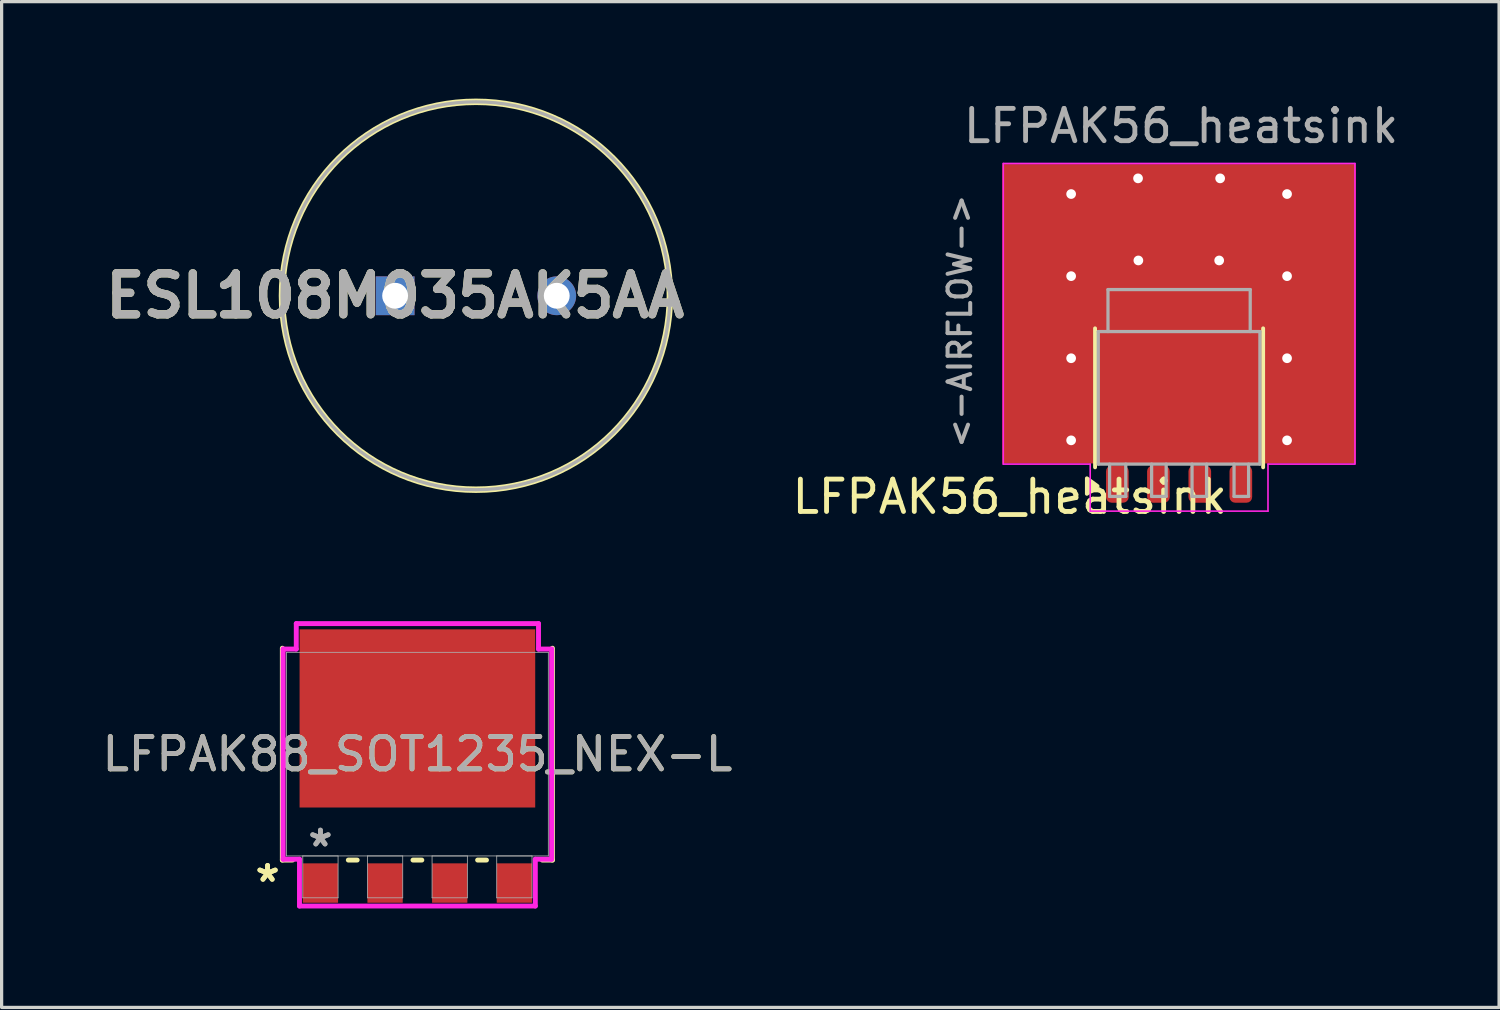
<source format=kicad_pcb>
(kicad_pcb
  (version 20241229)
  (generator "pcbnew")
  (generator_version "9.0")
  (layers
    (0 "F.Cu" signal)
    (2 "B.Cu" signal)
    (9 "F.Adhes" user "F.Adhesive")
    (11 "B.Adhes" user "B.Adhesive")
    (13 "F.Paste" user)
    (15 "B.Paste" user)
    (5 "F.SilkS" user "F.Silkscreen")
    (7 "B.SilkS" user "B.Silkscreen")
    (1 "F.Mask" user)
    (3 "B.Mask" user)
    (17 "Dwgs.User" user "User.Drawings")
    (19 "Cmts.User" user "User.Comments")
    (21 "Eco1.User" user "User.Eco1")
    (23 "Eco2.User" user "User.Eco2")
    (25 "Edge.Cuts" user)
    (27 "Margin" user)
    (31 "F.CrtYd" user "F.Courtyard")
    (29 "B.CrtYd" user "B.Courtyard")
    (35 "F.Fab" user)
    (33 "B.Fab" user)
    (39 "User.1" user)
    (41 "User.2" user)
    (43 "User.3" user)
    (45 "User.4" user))
  (footprint "LFPAK56_heatsink"
    (layer "F.Cu")
    (at 33.428 9.208)
    (property "Reference" "LFPAK56_heatsink" (at -5.24 3.11 180) (layer "F.SilkS") (effects (font (size 1 1) (thickness 0.15))))
    (attr smd)
    (fp_rect (start -5.34 -7.1) (end -3.94 2) (stroke (width 0.1) (type solid)) (fill yes) (layer "F.Mask"))
    (fp_rect (start 3.94 -7.1) (end 5.34 2) (stroke (width 0.1) (type solid)) (fill yes) (layer "F.Mask"))
    (fp_line (start -2.6 -2.1) (end -2.6 2.2) (stroke (width 0.12) (type solid)) (layer "F.SilkS"))
    (fp_line (start 2.6 2.2) (end 2.6 -2.1) (stroke (width 0.12) (type solid)) (layer "F.SilkS"))
    (fp_poly (pts (xy -2.523 2.78) (xy -2.853 2.54) (xy -2.853 3.02) (xy -2.523 2.78)) (stroke (width 0.12) (type solid)) (fill yes) (layer "F.SilkS"))
    (fp_rect (start -5.34 -7.1) (end -3.94 2) (stroke (width 0.1) (type solid)) (fill yes) (layer "F.Paste"))
    (fp_rect (start 3.94 -7.1) (end 5.34 2) (stroke (width 0.1) (type solid)) (fill yes) (layer "F.Paste"))
    (fp_line (start -5.44 -7.2) (end -5.44 2.1) (stroke (width 0.05) (type default)) (layer "F.CrtYd"))
    (fp_line (start -5.44 2.1) (end -2.75 2.1) (stroke (width 0.05) (type default)) (layer "F.CrtYd"))
    (fp_line (start -2.75 2.1) (end -2.75 3.555) (stroke (width 0.05) (type solid)) (layer "F.CrtYd"))
    (fp_line (start 2.75 2.1) (end 5.44 2.1) (stroke (width 0.05) (type default)) (layer "F.CrtYd"))
    (fp_line (start 2.75 3.555) (end -2.75 3.555) (stroke (width 0.05) (type solid)) (layer "F.CrtYd"))
    (fp_line (start 2.75 3.555) (end 2.75 2.1) (stroke (width 0.05) (type solid)) (layer "F.CrtYd"))
    (fp_line (start 5.44 -7.2) (end -5.44 -7.2) (stroke (width 0.05) (type default)) (layer "F.CrtYd"))
    (fp_line (start 5.44 2.09) (end 5.44 -7.2) (stroke (width 0.05) (type default)) (layer "F.CrtYd"))
    (fp_line (start -2.5 -2) (end -2.5 2.1) (stroke (width 0.1) (type solid)) (layer "F.Fab"))
    (fp_line (start -2.5 2.1) (end 2.5 2.1) (stroke (width 0.1) (type solid)) (layer "F.Fab"))
    (fp_line (start -2.2 -3.3) (end -2.2 -2) (stroke (width 0.1) (type solid)) (layer "F.Fab"))
    (fp_line (start -2.2 -3.3) (end 2.2 -3.3) (stroke (width 0.1) (type solid)) (layer "F.Fab"))
    (fp_line (start -2.15 3.1) (end -2.15 2.1) (stroke (width 0.1) (type solid)) (layer "F.Fab"))
    (fp_line (start -2.15 3.1) (end -1.65 3.1) (stroke (width 0.1) (type solid)) (layer "F.Fab"))
    (fp_line (start -1.65 3.1) (end -1.65 2.1) (stroke (width 0.1) (type solid)) (layer "F.Fab"))
    (fp_line (start -0.85 2.1) (end -0.85 3.1) (stroke (width 0.1) (type solid)) (layer "F.Fab"))
    (fp_line (start -0.85 3.1) (end -0.4 3.1) (stroke (width 0.1) (type solid)) (layer "F.Fab"))
    (fp_line (start -0.4 3.1) (end -0.4 2.1) (stroke (width 0.1) (type solid)) (layer "F.Fab"))
    (fp_line (start 0.4 2.1) (end 0.4 3.1) (stroke (width 0.1) (type solid)) (layer "F.Fab"))
    (fp_line (start 0.4 3.1) (end 0.85 3.1) (stroke (width 0.1) (type solid)) (layer "F.Fab"))
    (fp_line (start 0.85 3.1) (end 0.85 2.1) (stroke (width 0.1) (type solid)) (layer "F.Fab"))
    (fp_line (start 1.7 2.1) (end 1.7 3.1) (stroke (width 0.1) (type solid)) (layer "F.Fab"))
    (fp_line (start 1.7 3.1) (end 2.15 3.1) (stroke (width 0.1) (type solid)) (layer "F.Fab"))
    (fp_line (start 2.15 3.1) (end 2.15 2.1) (stroke (width 0.1) (type solid)) (layer "F.Fab"))
    (fp_line (start 2.2 -3.3) (end 2.2 -2) (stroke (width 0.1) (type solid)) (layer "F.Fab"))
    (fp_line (start 2.5 -2) (end -2.5 -2) (stroke (width 0.1) (type solid)) (layer "F.Fab"))
    (fp_line (start 2.5 2.1) (end 2.5 -2) (stroke (width 0.1) (type solid)) (layer "F.Fab"))
    (fp_text user "${REFERENCE}" (at 0.06 -8.36 180) (layer "F.Fab") (effects (font (size 1 1) (thickness 0.15))))
    (fp_text user "<-AIRFLOW->" (at -6.78 -2.32 90) (unlocked yes) (layer "F.Fab") (effects (font (size 0.7 0.7) (thickness 0.125))))
    (pad "" smd roundrect (at -1.88 -3) (size 0.6 0.9) (layers "F.Paste") (roundrect_rratio 0.25))
    (pad "" smd roundrect (at -1.15 -1.15 90) (size 0.6 0.9) (layers "F.Paste") (roundrect_rratio 0.25))
    (pad "" smd roundrect (at -1.15 -0.3 90) (size 0.6 0.9) (layers "F.Paste") (roundrect_rratio 0.25))
    (pad "" smd roundrect (at -1.15 0.55 90) (size 0.6 0.9) (layers "F.Paste") (roundrect_rratio 0.25))
    (pad "" smd roundrect (at -0.6 -3) (size 0.6 0.9) (layers "F.Paste") (roundrect_rratio 0.25))
    (pad "" smd roundrect (at 0 -1.15 90) (size 0.6 0.9) (layers "F.Paste") (roundrect_rratio 0.25))
    (pad "" smd roundrect (at 0 -0.3 90) (size 0.6 0.9) (layers "F.Paste") (roundrect_rratio 0.25))
    (pad "" smd roundrect (at 0 0.55 90) (size 0.6 0.9) (layers "F.Paste") (roundrect_rratio 0.25))
    (pad "" smd roundrect (at 0.6 -3) (size 0.6 0.9) (layers "F.Paste") (roundrect_rratio 0.25))
    (pad "" smd roundrect (at 1.15 -1.15 90) (size 0.6 0.9) (layers "F.Paste") (roundrect_rratio 0.25))
    (pad "" smd roundrect (at 1.15 -0.3 90) (size 0.6 0.9) (layers "F.Paste") (roundrect_rratio 0.25))
    (pad "" smd roundrect (at 1.15 0.55 90) (size 0.6 0.9) (layers "F.Paste") (roundrect_rratio 0.25))
    (pad "" smd roundrect (at 1.88 -3) (size 0.6 0.9) (layers "F.Paste") (roundrect_rratio 0.25))
    (pad "1" smd roundrect (at -1.91 2.72) (size 0.7 1.15) (layers "F.Cu" "F.Mask" "F.Paste") (roundrect_rratio 0.25))
    (pad "2" smd roundrect (at -0.64 2.72) (size 0.7 1.15) (layers "F.Cu" "F.Mask" "F.Paste") (roundrect_rratio 0.25))
    (pad "3" smd roundrect (at 0.64 2.72) (size 0.7 1.15) (layers "F.Cu" "F.Mask" "F.Paste") (roundrect_rratio 0.25))
    (pad "4" smd roundrect (at 1.91 2.72) (size 0.7 1.15) (layers "F.Cu" "F.Mask" "F.Paste") (roundrect_rratio 0.25))
    (pad "5" thru_hole circle (at -3.34 -6.255 90) (size 0.45 0.45) (drill 0.3) (property pad_prop_heatsink) (layers "*.Cu" "*.Mask") (remove_unused_layers yes) (zone_layer_connections))
    (pad "5" thru_hole circle (at -3.34 -3.715 90) (size 0.45 0.45) (drill 0.3) (property pad_prop_heatsink) (layers "*.Cu" "*.Mask") (remove_unused_layers yes) (zone_layer_connections))
    (pad "5" thru_hole circle (at -3.34 -1.175 90) (size 0.45 0.45) (drill 0.3) (property pad_prop_heatsink) (layers "*.Cu" "*.Mask") (remove_unused_layers yes) (zone_layer_connections))
    (pad "5" thru_hole circle (at -3.34 1.365 90) (size 0.45 0.45) (drill 0.3) (property pad_prop_heatsink) (layers "*.Cu" "*.Mask") (remove_unused_layers yes) (zone_layer_connections))
    (pad "5" thru_hole circle (at -1.27 -6.74 90) (size 0.45 0.45) (drill 0.3) (property pad_prop_heatsink) (layers "*.Cu" "*.Mask") (remove_unused_layers yes) (zone_layer_connections))
    (pad "5" thru_hole circle (at -1.26 -4.2 90) (size 0.45 0.45) (drill 0.3) (property pad_prop_heatsink) (layers "*.Cu" "*.Mask") (remove_unused_layers yes) (zone_layer_connections))
    (pad "5" smd rect (at 0 -2.55 90) (size 9.26 10.94) (layers "F.Cu"))
    (pad "5" smd custom (at 0 -0.55 90) (size 3.3 4.2) (layers "F.Cu" "F.Mask") (options (anchor rect)) (primitives (gr_poly (pts (xy 2.975 2.35) (xy 1.425 2.35) (xy 1.425 -2.35) (xy 2.975 -2.35)) (width 0) (fill yes))))
    (pad "5" thru_hole circle (at 1.24 -4.2 90) (size 0.45 0.45) (drill 0.3) (property pad_prop_heatsink) (layers "*.Cu" "*.Mask") (remove_unused_layers yes) (zone_layer_connections))
    (pad "5" thru_hole circle (at 1.27 -6.74 90) (size 0.45 0.45) (drill 0.3) (property pad_prop_heatsink) (layers "*.Cu" "*.Mask") (remove_unused_layers yes) (zone_layer_connections))
    (pad "5" thru_hole circle (at 3.34 -6.255 90) (size 0.45 0.45) (drill 0.3) (property pad_prop_heatsink) (layers "*.Cu" "*.Mask") (remove_unused_layers yes) (zone_layer_connections))
    (pad "5" thru_hole circle (at 3.34 -3.715 90) (size 0.45 0.45) (drill 0.3) (property pad_prop_heatsink) (layers "*.Cu" "*.Mask") (remove_unused_layers yes) (zone_layer_connections))
    (pad "5" thru_hole circle (at 3.34 -1.175 90) (size 0.45 0.45) (drill 0.3) (property pad_prop_heatsink) (layers "*.Cu" "*.Mask") (remove_unused_layers yes) (zone_layer_connections))
    (pad "5" thru_hole circle (at 3.34 1.365 90) (size 0.45 0.45) (drill 0.3) (property pad_prop_heatsink) (layers "*.Cu" "*.Mask") (remove_unused_layers yes) (zone_layer_connections)))
  (footprint "LFPAK88_SOT1235_NEX-L"
    (layer "F.Cu")
    (at 9.863 20.281)
    (property "Reference" "LFPAK88_SOT1235_NEX-L" (at 0 0 0) (unlocked yes) (layer "F.SilkS") (effects (font (size 1 1) (thickness 0.15))))
    (attr smd)
    (fp_line (start -4.178 -3.277) (end -4.178 3.277) (stroke (width 0.152) (type solid)) (layer "F.SilkS"))
    (fp_line (start -4.178 3.277) (end -3.863 3.277) (stroke (width 0.152) (type solid)) (layer "F.SilkS"))
    (fp_line (start -2.137 3.277) (end -1.863 3.277) (stroke (width 0.152) (type solid)) (layer "F.SilkS"))
    (fp_line (start -0.137 3.277) (end 0.137 3.277) (stroke (width 0.152) (type solid)) (layer "F.SilkS"))
    (fp_line (start 1.863 3.277) (end 2.137 3.277) (stroke (width 0.152) (type solid)) (layer "F.SilkS"))
    (fp_line (start 3.863 3.277) (end 4.178 3.277) (stroke (width 0.152) (type solid)) (layer "F.SilkS"))
    (fp_line (start 4.178 3.277) (end 4.178 -3.277) (stroke (width 0.152) (type solid)) (layer "F.SilkS"))
    (fp_line (start -4.153 -3.251) (end -3.747 -3.251) (stroke (width 0.152) (type solid)) (layer "F.CrtYd"))
    (fp_line (start -4.153 3.251) (end -4.153 -3.251) (stroke (width 0.152) (type solid)) (layer "F.CrtYd"))
    (fp_line (start -3.747 -4.039) (end 3.747 -4.039) (stroke (width 0.152) (type solid)) (layer "F.CrtYd"))
    (fp_line (start -3.747 -3.251) (end -3.747 -4.039) (stroke (width 0.152) (type solid)) (layer "F.CrtYd"))
    (fp_line (start -3.648 3.251) (end -4.153 3.251) (stroke (width 0.152) (type solid)) (layer "F.CrtYd"))
    (fp_line (start -3.648 4.699) (end -3.648 3.251) (stroke (width 0.152) (type solid)) (layer "F.CrtYd"))
    (fp_line (start 3.648 3.251) (end 3.648 4.699) (stroke (width 0.152) (type solid)) (layer "F.CrtYd"))
    (fp_line (start 3.648 4.699) (end -3.648 4.699) (stroke (width 0.152) (type solid)) (layer "F.CrtYd"))
    (fp_line (start 3.747 -4.039) (end 3.747 -3.251) (stroke (width 0.152) (type solid)) (layer "F.CrtYd"))
    (fp_line (start 3.747 -3.251) (end 4.153 -3.251) (stroke (width 0.152) (type solid)) (layer "F.CrtYd"))
    (fp_line (start 4.153 -3.251) (end 4.153 3.251) (stroke (width 0.152) (type solid)) (layer "F.CrtYd"))
    (fp_line (start 4.153 3.251) (end 3.648 3.251) (stroke (width 0.152) (type solid)) (layer "F.CrtYd"))
    (fp_line (start -4.051 -3.15) (end -4.051 3.15) (stroke (width 0.025) (type solid)) (layer "F.Fab"))
    (fp_line (start -4.051 3.15) (end 4.051 3.15) (stroke (width 0.025) (type solid)) (layer "F.Fab"))
    (fp_line (start -3.546 3.15) (end -3.546 4.445) (stroke (width 0.025) (type solid)) (layer "F.Fab"))
    (fp_line (start -3.546 4.445) (end -2.454 4.445) (stroke (width 0.025) (type solid)) (layer "F.Fab"))
    (fp_line (start -2.454 3.15) (end -3.546 3.15) (stroke (width 0.025) (type solid)) (layer "F.Fab"))
    (fp_line (start -2.454 4.445) (end -2.454 3.15) (stroke (width 0.025) (type solid)) (layer "F.Fab"))
    (fp_line (start -1.546 3.15) (end -1.546 4.445) (stroke (width 0.025) (type solid)) (layer "F.Fab"))
    (fp_line (start -1.546 4.445) (end -0.454 4.445) (stroke (width 0.025) (type solid)) (layer "F.Fab"))
    (fp_line (start -0.454 3.15) (end -1.546 3.15) (stroke (width 0.025) (type solid)) (layer "F.Fab"))
    (fp_line (start -0.454 4.445) (end -0.454 3.15) (stroke (width 0.025) (type solid)) (layer "F.Fab"))
    (fp_line (start 0.454 3.15) (end 0.454 4.445) (stroke (width 0.025) (type solid)) (layer "F.Fab"))
    (fp_line (start 0.454 4.445) (end 1.546 4.445) (stroke (width 0.025) (type solid)) (layer "F.Fab"))
    (fp_line (start 1.546 3.15) (end 0.454 3.15) (stroke (width 0.025) (type solid)) (layer "F.Fab"))
    (fp_line (start 1.546 4.445) (end 1.546 3.15) (stroke (width 0.025) (type solid)) (layer "F.Fab"))
    (fp_line (start 2.454 3.15) (end 2.454 4.445) (stroke (width 0.025) (type solid)) (layer "F.Fab"))
    (fp_line (start 2.454 4.445) (end 3.546 4.445) (stroke (width 0.025) (type solid)) (layer "F.Fab"))
    (fp_line (start 3.546 3.15) (end 2.454 3.15) (stroke (width 0.025) (type solid)) (layer "F.Fab"))
    (fp_line (start 3.546 4.445) (end 3.546 3.15) (stroke (width 0.025) (type solid)) (layer "F.Fab"))
    (fp_line (start 4.051 -3.15) (end -4.051 -3.15) (stroke (width 0.025) (type solid)) (layer "F.Fab"))
    (fp_line (start 4.051 3.15) (end 4.051 -3.15) (stroke (width 0.025) (type solid)) (layer "F.Fab"))
    (fp_text user "*" (at -4.635 3.988 0) (layer "F.SilkS") (effects (font (size 1 1) (thickness 0.15))))
    (fp_text user "*" (at -4.635 3.988 0) (unlocked yes) (layer "F.SilkS") (effects (font (size 1 1) (thickness 0.15))))
    (fp_text user "*" (at -3 2.896 0) (unlocked yes) (layer "F.Fab") (effects (font (size 1 1) (thickness 0.15))))
    (fp_text user "*" (at -3 2.896 0) (layer "F.Fab") (effects (font (size 1 1) (thickness 0.15))))
    (fp_text user "${REFERENCE}" (at 0 0 0) (unlocked yes) (layer "F.Fab") (effects (font (size 1 1) (thickness 0.15))))
    (pad "1" smd rect (at -3 3.988) (size 1.092 1.219) (layers "F.Cu" "F.Mask" "F.Paste"))
    (pad "2" smd rect (at -1 3.988) (size 1.092 1.219) (layers "F.Cu" "F.Mask" "F.Paste"))
    (pad "3" smd rect (at 1 3.988) (size 1.092 1.219) (layers "F.Cu" "F.Mask" "F.Paste"))
    (pad "4" smd rect (at 3 3.988) (size 1.092 1.219) (layers "F.Cu" "F.Mask" "F.Paste"))
    (pad "5" smd rect (at 0 -1.105) (size 7.29 5.512) (layers "F.Cu" "F.Mask" "F.Paste")))
  (footprint "ESL108M035AK5AA"
    (layer "F.Cu")
    (at 9.174 6.1)
    (property "Reference" "ESL108M035AK5AA" (at 0 0 0) (layer "F.SilkS") (effects (font (size 1.27 1.27) (thickness 0.254))))
    (attr through_hole)
    (fp_circle (center 2.5 0) (end 2.5 6) (stroke (width 0.2) (type solid)) (fill no) (layer "F.SilkS"))
    (fp_circle (center 2.5 0) (end 2.5 6) (stroke (width 0.1) (type solid)) (fill no) (layer "F.Fab"))
    (fp_text user "${REFERENCE}" (at 0 0 0) (layer "F.Fab") (effects (font (size 1.27 1.27) (thickness 0.254))))
    (pad "1" thru_hole rect (at 0 0) (size 1.2 1.2) (drill 0.8) (layers "*.Cu" "*.Mask"))
    (pad "2" thru_hole circle (at 5 0) (size 1.2 1.2) (drill 0.8) (layers "*.Cu" "*.Mask")))
  (gr_rect
    (start -3 -3)
    (end 43.327 28.117)
    (stroke (width 0.1) (type default))
    (fill no)
    (layer "Edge.Cuts")))
</source>
